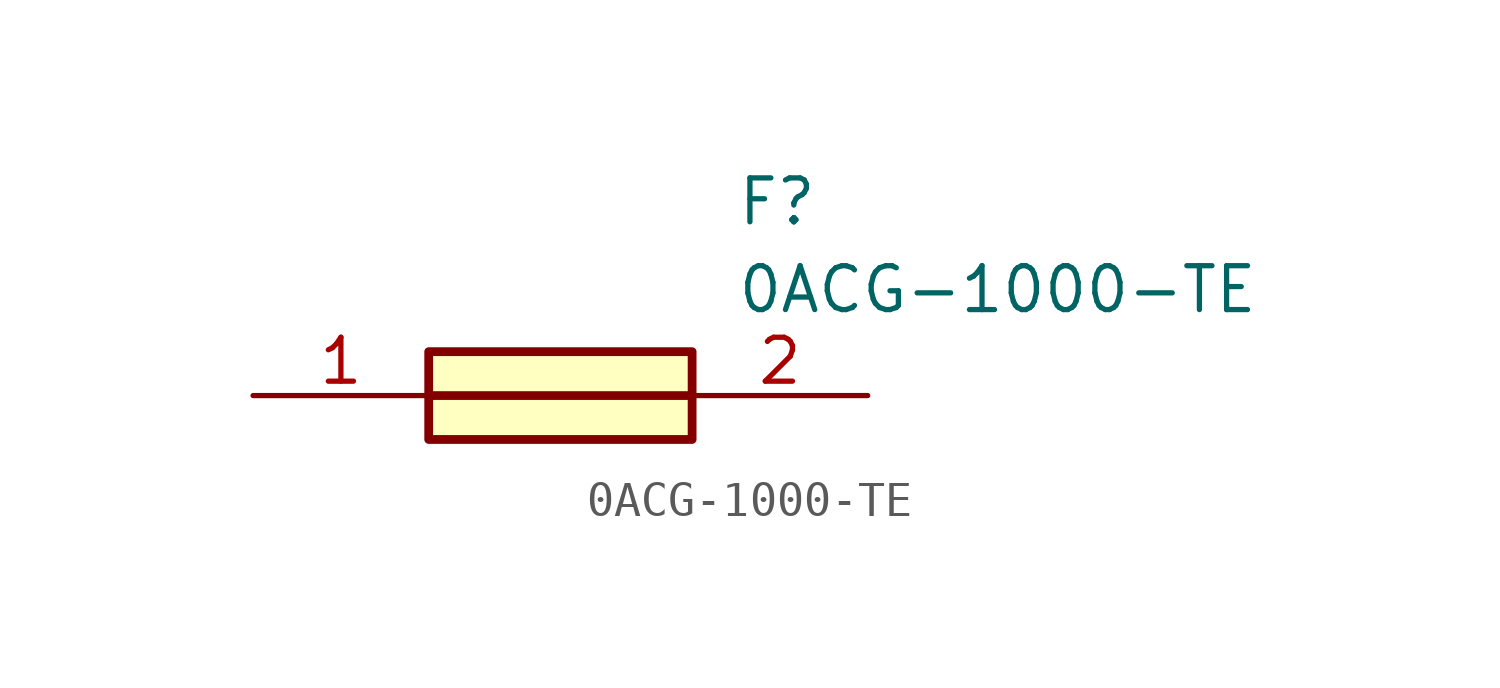
<source format=kicad_sym>
(kicad_symbol_lib
  (version 20211014)
  (generator SamacSys_ECAD_Model)
  (symbol "0ACG-1000-TE"
    (pin_names hide)
    (property "Reference" "F"
      (at 13.97 6.35 0)
      (effects (font (size 1.27 1.27)) (justify left top)))
    (property "Value" "0ACG-1000-TE"
      (at 13.97 3.81 0)
      (effects (font (size 1.27 1.27)) (justify left top)))
    (rectangle
      (start 5.08 1.27)
      (end 12.7 -1.27)
      (stroke (width 0.254) (type default))
      (fill (type background)))
    (polyline
      (pts (xy 5.08 0) (xy 12.7 0))
      (stroke (width 0.254) (type default))
      (fill (type none)))
    (pin passive line
      (at 0 0 0)
      (length 5.08)
      (name "1" (effects (font (size 1.27 1.27))))
      (number "1" (effects (font (size 1.27 1.27)))))
    (pin passive line
      (at 17.78 0 180)
      (length 5.08)
      (name "2" (effects (font (size 1.27 1.27))))
      (number "2" (effects (font (size 1.27 1.27)))))))
</source>
